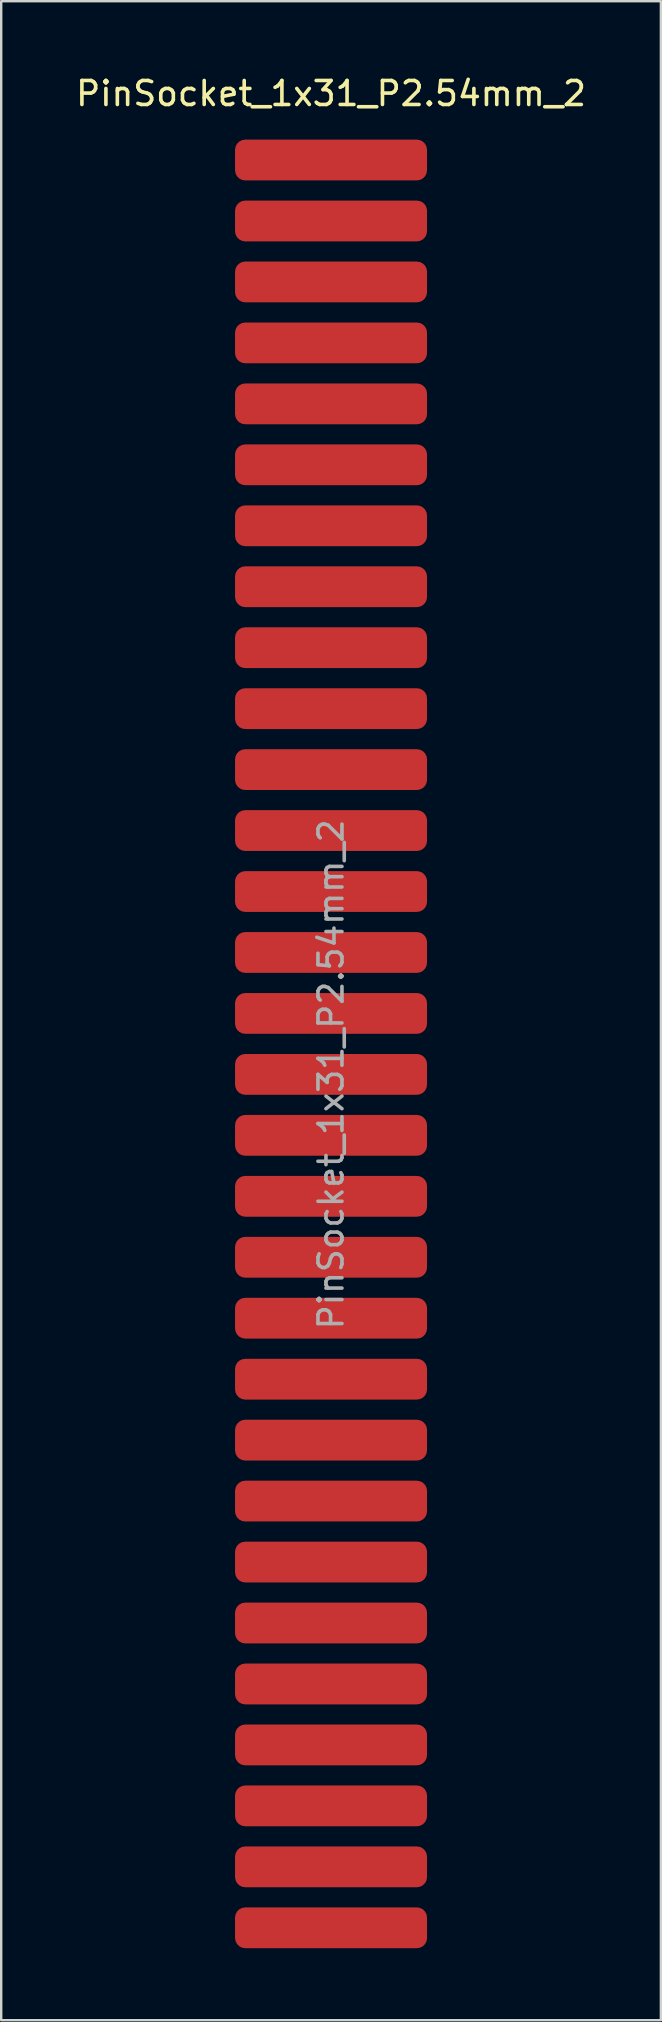
<source format=kicad_pcb>
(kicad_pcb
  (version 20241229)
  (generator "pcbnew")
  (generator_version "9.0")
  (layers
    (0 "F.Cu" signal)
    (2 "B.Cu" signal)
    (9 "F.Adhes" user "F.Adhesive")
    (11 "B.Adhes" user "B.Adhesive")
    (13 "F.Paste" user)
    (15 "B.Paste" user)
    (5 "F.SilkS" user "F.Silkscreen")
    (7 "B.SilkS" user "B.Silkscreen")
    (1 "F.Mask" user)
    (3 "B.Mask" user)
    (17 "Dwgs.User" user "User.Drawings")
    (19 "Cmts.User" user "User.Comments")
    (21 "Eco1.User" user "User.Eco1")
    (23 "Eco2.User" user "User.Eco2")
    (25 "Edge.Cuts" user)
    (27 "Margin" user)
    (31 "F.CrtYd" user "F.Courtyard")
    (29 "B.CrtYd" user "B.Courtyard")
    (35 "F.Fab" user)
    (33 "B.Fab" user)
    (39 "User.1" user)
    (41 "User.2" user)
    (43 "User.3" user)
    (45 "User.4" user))
  (footprint "PinSocket_1x31_P2.54mm_2"
    (layer "F.Cu")
    (at 10.744 3.618)
    (property "Reference" "PinSocket_1x31_P2.54mm_2" (at 0 -2.77 0) (layer "F.SilkS") (effects (font (size 1 1) (thickness 0.15))))
    (attr through_hole)
    (fp_text user "${REFERENCE}" (at 0 38.1 270) (layer "F.Fab") (effects (font (size 1 1) (thickness 0.15))))
    (pad "1" smd roundrect (at 0 0) (size 8 1.7) (layers "F.Cu" "F.Mask" "F.Paste") (roundrect_rratio 0.25))
    (pad "2" smd roundrect (at 0 2.54) (size 8 1.7) (layers "F.Cu" "F.Mask" "F.Paste") (roundrect_rratio 0.25))
    (pad "3" smd roundrect (at 0 5.08) (size 8 1.7) (layers "F.Cu" "F.Mask" "F.Paste") (roundrect_rratio 0.25))
    (pad "4" smd roundrect (at 0 7.62) (size 8 1.7) (layers "F.Cu" "F.Mask" "F.Paste") (roundrect_rratio 0.25))
    (pad "5" smd roundrect (at 0 10.16) (size 8 1.7) (layers "F.Cu" "F.Mask" "F.Paste") (roundrect_rratio 0.25))
    (pad "6" smd roundrect (at 0 12.7) (size 8 1.7) (layers "F.Cu" "F.Mask" "F.Paste") (roundrect_rratio 0.25))
    (pad "7" smd roundrect (at 0 15.24) (size 8 1.7) (layers "F.Cu" "F.Mask" "F.Paste") (roundrect_rratio 0.25))
    (pad "8" smd roundrect (at 0 17.78) (size 8 1.7) (layers "F.Cu" "F.Mask" "F.Paste") (roundrect_rratio 0.25))
    (pad "9" smd roundrect (at 0 20.32) (size 8 1.7) (layers "F.Cu" "F.Mask" "F.Paste") (roundrect_rratio 0.25))
    (pad "10" smd roundrect (at 0 22.86) (size 8 1.7) (layers "F.Cu" "F.Mask" "F.Paste") (roundrect_rratio 0.25))
    (pad "11" smd roundrect (at 0 25.4) (size 8 1.7) (layers "F.Cu" "F.Mask" "F.Paste") (roundrect_rratio 0.25))
    (pad "12" smd roundrect (at 0 27.94) (size 8 1.7) (layers "F.Cu" "F.Mask" "F.Paste") (roundrect_rratio 0.25))
    (pad "13" smd roundrect (at 0 30.48) (size 8 1.7) (layers "F.Cu" "F.Mask" "F.Paste") (roundrect_rratio 0.25))
    (pad "14" smd roundrect (at 0 33.02) (size 8 1.7) (layers "F.Cu" "F.Mask" "F.Paste") (roundrect_rratio 0.25))
    (pad "15" smd roundrect (at 0 35.56) (size 8 1.7) (layers "F.Cu" "F.Mask" "F.Paste") (roundrect_rratio 0.25))
    (pad "16" smd roundrect (at 0 38.1) (size 8 1.7) (layers "F.Cu" "F.Mask" "F.Paste") (roundrect_rratio 0.25))
    (pad "17" smd roundrect (at 0 40.64) (size 8 1.7) (layers "F.Cu" "F.Mask" "F.Paste") (roundrect_rratio 0.25))
    (pad "18" smd roundrect (at 0 43.18) (size 8 1.7) (layers "F.Cu" "F.Mask" "F.Paste") (roundrect_rratio 0.25))
    (pad "19" smd roundrect (at 0 45.72) (size 8 1.7) (layers "F.Cu" "F.Mask" "F.Paste") (roundrect_rratio 0.25))
    (pad "20" smd roundrect (at 0 48.26) (size 8 1.7) (layers "F.Cu" "F.Mask" "F.Paste") (roundrect_rratio 0.25))
    (pad "21" smd roundrect (at 0 50.8) (size 8 1.7) (layers "F.Cu" "F.Mask" "F.Paste") (roundrect_rratio 0.25))
    (pad "22" smd roundrect (at 0 53.34) (size 8 1.7) (layers "F.Cu" "F.Mask" "F.Paste") (roundrect_rratio 0.25))
    (pad "23" smd roundrect (at 0 55.88) (size 8 1.7) (layers "F.Cu" "F.Mask" "F.Paste") (roundrect_rratio 0.25))
    (pad "24" smd roundrect (at 0 58.42) (size 8 1.7) (layers "F.Cu" "F.Mask" "F.Paste") (roundrect_rratio 0.25))
    (pad "25" smd roundrect (at 0 60.96) (size 8 1.7) (layers "F.Cu" "F.Mask" "F.Paste") (roundrect_rratio 0.25))
    (pad "26" smd roundrect (at 0 63.5) (size 8 1.7) (layers "F.Cu" "F.Mask" "F.Paste") (roundrect_rratio 0.25))
    (pad "27" smd roundrect (at 0 66.04) (size 8 1.7) (layers "F.Cu" "F.Mask" "F.Paste") (roundrect_rratio 0.25))
    (pad "28" smd roundrect (at 0 68.58) (size 8 1.7) (layers "F.Cu" "F.Mask" "F.Paste") (roundrect_rratio 0.25))
    (pad "29" smd roundrect (at 0 71.12) (size 8 1.7) (layers "F.Cu" "F.Mask" "F.Paste") (roundrect_rratio 0.25))
    (pad "30" smd roundrect (at 0 73.66) (size 8 1.7) (layers "F.Cu" "F.Mask" "F.Paste") (roundrect_rratio 0.25)))
  (gr_rect
    (start -3 -3)
    (end 24.488 81.128)
    (stroke (width 0.1) (type default))
    (fill no)
    (layer "Edge.Cuts")))
</source>
